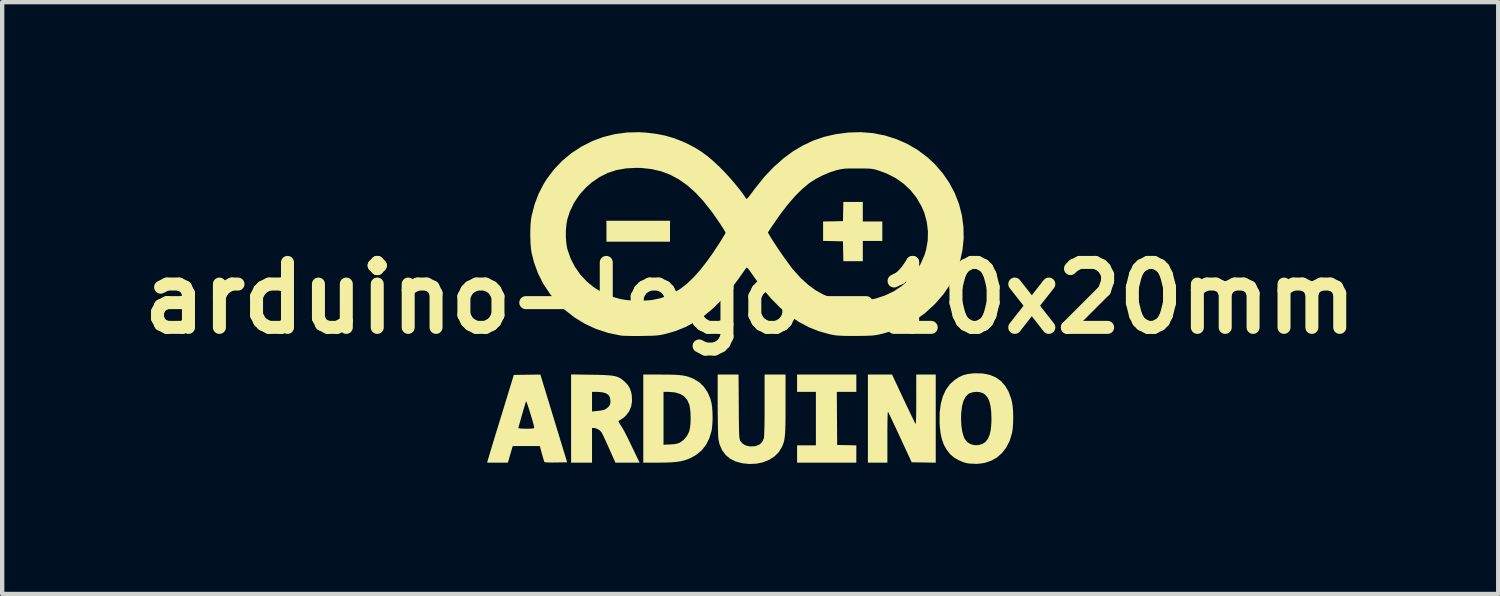
<source format=kicad_pcb>
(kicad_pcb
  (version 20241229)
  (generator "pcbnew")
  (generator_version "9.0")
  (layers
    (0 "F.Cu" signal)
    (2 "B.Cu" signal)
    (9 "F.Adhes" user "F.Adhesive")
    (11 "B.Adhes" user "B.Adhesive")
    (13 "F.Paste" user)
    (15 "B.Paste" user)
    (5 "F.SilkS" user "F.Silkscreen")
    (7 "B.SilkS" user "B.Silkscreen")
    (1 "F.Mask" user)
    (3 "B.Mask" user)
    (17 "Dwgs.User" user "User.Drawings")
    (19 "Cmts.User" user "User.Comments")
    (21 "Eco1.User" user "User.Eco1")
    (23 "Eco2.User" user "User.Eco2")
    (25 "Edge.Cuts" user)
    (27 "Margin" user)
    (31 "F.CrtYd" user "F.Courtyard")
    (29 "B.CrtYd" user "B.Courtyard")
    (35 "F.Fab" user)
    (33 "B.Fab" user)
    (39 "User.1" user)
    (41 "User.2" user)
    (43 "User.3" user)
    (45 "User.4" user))
  (footprint "arduino-logo-10x20mm"
    (layer "F.Cu")
    (at 14.264 3.828)
    (property "Reference" "arduino-logo-10x20mm" (at 0 0 0) (layer "F.SilkS") (effects (font (size 1.5 1.5) (thickness 0.3))))
    (attr board_only exclude_from_pos_files exclude_from_bom)
    (fp_poly (pts (xy -1.85 -1.542) (xy -1.85 -1.3) (xy -2.583 -1.3) (xy -3.317 -1.3) (xy -3.317 -1.542) (xy -3.317 -1.783) (xy -2.583 -1.783) (xy -1.85 -1.783)) (stroke (width 0) (type solid)) (fill yes) (layer "F.SilkS"))
    (fp_poly (pts (xy 2.45 1.967) (xy 2.45 2.167) (xy 2.225 2.167) (xy 2 2.167) (xy 2.004 2.779) (xy 2.008 3.392) (xy 2.229 3.396) (xy 2.45 3.401) (xy 2.45 3.6) (xy 2.45 3.8) (xy 1.767 3.8) (xy 1.083 3.8) (xy 1.083 3.6) (xy 1.083 3.4) (xy 1.3 3.4) (xy 1.517 3.4) (xy 1.517 2.783) (xy 1.517 2.167) (xy 1.3 2.167) (xy 1.083 2.167) (xy 1.083 1.967) (xy 1.083 1.767) (xy 1.767 1.767) (xy 2.45 1.767)) (stroke (width 0) (type solid)) (fill yes) (layer "F.SilkS"))
    (fp_poly (pts (xy 2.6 -1.992) (xy 2.6 -1.767) (xy 2.825 -1.767) (xy 3.05 -1.767) (xy 3.05 -1.542) (xy 3.05 -1.317) (xy 2.825 -1.317) (xy 2.6 -1.317) (xy 2.6 -1.083) (xy 2.6 -0.85) (xy 2.375 -0.85) (xy 2.151 -0.85) (xy 2.146 -1.079) (xy 2.142 -1.308) (xy 1.913 -1.313) (xy 1.683 -1.318) (xy 1.683 -1.542) (xy 1.683 -1.766) (xy 1.913 -1.77) (xy 2.142 -1.775) (xy 2.146 -1.996) (xy 2.151 -2.217) (xy 2.375 -2.217) (xy 2.6 -2.217)) (stroke (width 0) (type solid)) (fill yes) (layer "F.SilkS"))
    (fp_poly (pts (xy 4.283 2.784) (xy 4.283 3.801) (xy 4.006 3.796) (xy 3.728 3.792) (xy 3.46 3.214) (xy 3.4 3.084) (xy 3.343 2.964) (xy 3.293 2.857) (xy 3.25 2.766) (xy 3.215 2.695) (xy 3.192 2.646) (xy 3.18 2.624) (xy 3.179 2.623) (xy 3.176 2.637) (xy 3.174 2.679) (xy 3.171 2.748) (xy 3.169 2.84) (xy 3.168 2.95) (xy 3.167 3.075) (xy 3.167 3.206) (xy 3.167 3.8) (xy 2.942 3.8) (xy 2.717 3.8) (xy 2.717 2.783) (xy 2.717 1.767) (xy 2.996 1.767) (xy 3.275 1.767) (xy 3.541 2.335) (xy 3.601 2.463) (xy 3.658 2.581) (xy 3.708 2.686) (xy 3.751 2.775) (xy 3.785 2.845) (xy 3.809 2.891) (xy 3.82 2.91) (xy 3.82 2.911) (xy 3.823 2.896) (xy 3.826 2.853) (xy 3.829 2.783) (xy 3.831 2.691) (xy 3.832 2.581) (xy 3.833 2.456) (xy 3.833 2.343) (xy 3.833 1.767) (xy 4.058 1.767) (xy 4.283 1.767)) (stroke (width 0) (type solid)) (fill yes) (layer "F.SilkS"))
    (fp_poly (pts (xy -2.054 1.767) (xy -1.896 1.768) (xy -1.766 1.771) (xy -1.659 1.777) (xy -1.57 1.786) (xy -1.495 1.799) (xy -1.428 1.817) (xy -1.364 1.84) (xy -1.306 1.865) (xy -1.178 1.943) (xy -1.07 2.047) (xy -0.983 2.174) (xy -0.919 2.322) (xy -0.892 2.425) (xy -0.878 2.521) (xy -0.87 2.637) (xy -0.867 2.763) (xy -0.871 2.888) (xy -0.881 2.999) (xy -0.893 3.072) (xy -0.945 3.243) (xy -1.02 3.39) (xy -1.118 3.515) (xy -1.241 3.617) (xy -1.353 3.682) (xy -1.435 3.718) (xy -1.517 3.747) (xy -1.605 3.768) (xy -1.705 3.783) (xy -1.822 3.793) (xy -1.962 3.798) (xy -2.127 3.8) (xy -2.467 3.8) (xy -2.467 2.783) (xy -2.467 2.167) (xy -2 2.167) (xy -2 2.777) (xy -2 3.387) (xy -1.846 3.38) (xy -1.753 3.373) (xy -1.685 3.361) (xy -1.632 3.342) (xy -1.624 3.338) (xy -1.533 3.273) (xy -1.458 3.184) (xy -1.408 3.081) (xy -1.405 3.072) (xy -1.388 2.99) (xy -1.377 2.887) (xy -1.374 2.773) (xy -1.377 2.657) (xy -1.387 2.552) (xy -1.404 2.466) (xy -1.406 2.459) (xy -1.453 2.353) (xy -1.523 2.272) (xy -1.617 2.214) (xy -1.733 2.179) (xy -1.874 2.167) (xy -1.878 2.167) (xy -2 2.167) (xy -2.467 2.167) (xy -2.467 1.767)) (stroke (width 0) (type solid)) (fill yes) (layer "F.SilkS"))
    (fp_poly (pts (xy -0.263 2.504) (xy -0.262 2.682) (xy -0.261 2.829) (xy -0.259 2.949) (xy -0.257 3.045) (xy -0.255 3.12) (xy -0.252 3.178) (xy -0.248 3.22) (xy -0.244 3.251) (xy -0.238 3.274) (xy -0.232 3.29) (xy -0.228 3.297) (xy -0.175 3.361) (xy -0.099 3.405) (xy -0.007 3.425) (xy 0.099 3.422) (xy 0.13 3.416) (xy 0.213 3.384) (xy 0.274 3.328) (xy 0.313 3.246) (xy 0.316 3.237) (xy 0.32 3.204) (xy 0.324 3.14) (xy 0.327 3.047) (xy 0.33 2.927) (xy 0.332 2.784) (xy 0.333 2.618) (xy 0.333 2.471) (xy 0.333 1.767) (xy 0.575 1.767) (xy 0.817 1.767) (xy 0.816 2.454) (xy 0.816 2.643) (xy 0.815 2.801) (xy 0.813 2.934) (xy 0.81 3.043) (xy 0.805 3.132) (xy 0.798 3.206) (xy 0.789 3.267) (xy 0.778 3.318) (xy 0.764 3.364) (xy 0.747 3.407) (xy 0.733 3.439) (xy 0.66 3.557) (xy 0.562 3.655) (xy 0.442 3.733) (xy 0.304 3.79) (xy 0.151 3.823) (xy -0.014 3.831) (xy -0.178 3.815) (xy -0.33 3.775) (xy -0.459 3.712) (xy -0.565 3.624) (xy -0.647 3.514) (xy -0.705 3.382) (xy -0.733 3.257) (xy -0.736 3.215) (xy -0.74 3.144) (xy -0.743 3.048) (xy -0.745 2.932) (xy -0.747 2.8) (xy -0.749 2.656) (xy -0.75 2.504) (xy -0.75 2.454) (xy -0.75 1.767) (xy -0.509 1.767) (xy -0.268 1.767)) (stroke (width 0) (type solid)) (fill yes) (layer "F.SilkS"))
    (fp_poly (pts (xy -4.533 2.779) (xy -4.224 3.792) (xy -4.481 3.796) (xy -4.575 3.797) (xy -4.653 3.796) (xy -4.712 3.793) (xy -4.744 3.788) (xy -4.749 3.785) (xy -4.757 3.764) (xy -4.771 3.717) (xy -4.79 3.653) (xy -4.807 3.593) (xy -4.855 3.417) (xy -5.168 3.417) (xy -5.481 3.417) (xy -5.508 3.513) (xy -5.53 3.587) (xy -5.554 3.669) (xy -5.564 3.704) (xy -5.592 3.8) (xy -5.83 3.8) (xy -6.069 3.8) (xy -6.059 3.754) (xy -6.052 3.73) (xy -6.036 3.678) (xy -6.013 3.599) (xy -5.982 3.497) (xy -5.945 3.375) (xy -5.903 3.235) (xy -5.856 3.081) (xy -5.83 2.999) (xy -5.35 2.999) (xy -5.334 3.008) (xy -5.287 3.013) (xy -5.214 3.016) (xy -5.167 3.017) (xy -5.082 3.016) (xy -5.027 3.012) (xy -4.995 3.006) (xy -4.984 2.997) (xy -4.983 2.995) (xy -4.988 2.967) (xy -5 2.917) (xy -5.018 2.851) (xy -5.041 2.773) (xy -5.066 2.689) (xy -5.092 2.606) (xy -5.117 2.528) (xy -5.139 2.462) (xy -5.157 2.412) (xy -5.169 2.386) (xy -5.172 2.383) (xy -5.183 2.414) (xy -5.199 2.469) (xy -5.22 2.54) (xy -5.245 2.622) (xy -5.27 2.709) (xy -5.294 2.795) (xy -5.316 2.873) (xy -5.334 2.937) (xy -5.346 2.981) (xy -5.35 2.999) (xy -5.83 2.999) (xy -5.805 2.916) (xy -5.752 2.742) (xy -5.751 2.742) (xy -5.455 1.775) (xy -5.148 1.771) (xy -4.842 1.767)) (stroke (width 0) (type solid)) (fill yes) (layer "F.SilkS"))
    (fp_poly (pts (xy -3.663 1.771) (xy -3.503 1.773) (xy -3.372 1.778) (xy -3.266 1.784) (xy -3.18 1.793) (xy -3.112 1.806) (xy -3.055 1.824) (xy -3.006 1.847) (xy -2.961 1.877) (xy -2.915 1.914) (xy -2.899 1.929) (xy -2.827 2.003) (xy -2.779 2.081) (xy -2.747 2.172) (xy -2.733 2.241) (xy -2.726 2.378) (xy -2.747 2.506) (xy -2.796 2.62) (xy -2.87 2.717) (xy -2.932 2.77) (xy -2.981 2.803) (xy -3.019 2.827) (xy -3.037 2.837) (xy -3.038 2.853) (xy -3.021 2.887) (xy -2.996 2.926) (xy -2.971 2.963) (xy -2.943 3.008) (xy -2.912 3.064) (xy -2.875 3.134) (xy -2.831 3.221) (xy -2.777 3.331) (xy -2.713 3.465) (xy -2.674 3.546) (xy -2.552 3.8) (xy -2.831 3.8) (xy -3.11 3.8) (xy -3.257 3.471) (xy -3.301 3.371) (xy -3.343 3.28) (xy -3.379 3.203) (xy -3.407 3.144) (xy -3.425 3.109) (xy -3.428 3.103) (xy -3.47 3.058) (xy -3.529 3.021) (xy -3.588 3.001) (xy -3.604 3) (xy -3.65 3) (xy -3.65 3.4) (xy -3.65 3.8) (xy -3.892 3.8) (xy -4.133 3.8) (xy -4.133 2.782) (xy -4.133 2.167) (xy -3.65 2.167) (xy -3.65 2.393) (xy -3.65 2.619) (xy -3.538 2.608) (xy -3.471 2.6) (xy -3.41 2.59) (xy -3.374 2.582) (xy -3.328 2.559) (xy -3.282 2.523) (xy -3.274 2.515) (xy -3.244 2.478) (xy -3.229 2.44) (xy -3.225 2.386) (xy -3.225 2.375) (xy -3.236 2.298) (xy -3.268 2.24) (xy -3.326 2.2) (xy -3.409 2.176) (xy -3.521 2.167) (xy -3.539 2.167) (xy -3.65 2.167) (xy -4.133 2.167) (xy -4.133 1.764)) (stroke (width 0) (type solid)) (fill yes) (layer "F.SilkS"))
    (fp_poly (pts (xy 5.366 1.742) (xy 5.527 1.773) (xy 5.667 1.831) (xy 5.787 1.916) (xy 5.886 2.027) (xy 5.966 2.165) (xy 6.025 2.329) (xy 6.043 2.4) (xy 6.058 2.497) (xy 6.068 2.615) (xy 6.071 2.745) (xy 6.069 2.876) (xy 6.061 2.997) (xy 6.048 3.098) (xy 6.044 3.116) (xy 5.991 3.292) (xy 5.914 3.446) (xy 5.815 3.575) (xy 5.696 3.68) (xy 5.559 3.757) (xy 5.405 3.808) (xy 5.236 3.829) (xy 5.055 3.82) (xy 5.017 3.815) (xy 4.912 3.787) (xy 4.804 3.74) (xy 4.704 3.68) (xy 4.624 3.613) (xy 4.614 3.603) (xy 4.534 3.5) (xy 4.472 3.39) (xy 4.426 3.267) (xy 4.395 3.125) (xy 4.376 2.959) (xy 4.372 2.867) (xy 4.373 2.782) (xy 4.867 2.782) (xy 4.874 2.94) (xy 4.894 3.08) (xy 4.927 3.195) (xy 4.954 3.255) (xy 5.009 3.324) (xy 5.085 3.372) (xy 5.174 3.396) (xy 5.269 3.395) (xy 5.361 3.368) (xy 5.431 3.321) (xy 5.486 3.252) (xy 5.527 3.158) (xy 5.554 3.037) (xy 5.567 2.888) (xy 5.569 2.799) (xy 5.564 2.629) (xy 5.547 2.488) (xy 5.517 2.375) (xy 5.474 2.288) (xy 5.416 2.225) (xy 5.381 2.2) (xy 5.307 2.174) (xy 5.22 2.166) (xy 5.133 2.176) (xy 5.057 2.202) (xy 5.037 2.214) (xy 4.972 2.28) (xy 4.923 2.374) (xy 4.89 2.496) (xy 4.871 2.648) (xy 4.867 2.782) (xy 4.373 2.782) (xy 4.374 2.642) (xy 4.4 2.442) (xy 4.448 2.266) (xy 4.519 2.114) (xy 4.613 1.986) (xy 4.72 1.891) (xy 4.817 1.827) (xy 4.913 1.783) (xy 5.017 1.755) (xy 5.141 1.74) (xy 5.186 1.737)) (stroke (width 0) (type solid)) (fill yes) (layer "F.SilkS"))
    (fp_poly (pts (xy 2.835 -3.805) (xy 3.111 -3.751) (xy 3.377 -3.667) (xy 3.632 -3.554) (xy 3.873 -3.412) (xy 4.097 -3.243) (xy 4.259 -3.092) (xy 4.442 -2.882) (xy 4.597 -2.657) (xy 4.723 -2.418) (xy 4.82 -2.169) (xy 4.886 -1.911) (xy 4.922 -1.647) (xy 4.928 -1.379) (xy 4.901 -1.111) (xy 4.842 -0.843) (xy 4.822 -0.776) (xy 4.729 -0.533) (xy 4.608 -0.303) (xy 4.459 -0.085) (xy 4.278 0.124) (xy 4.234 0.168) (xy 4.033 0.351) (xy 3.819 0.505) (xy 3.59 0.633) (xy 3.343 0.737) (xy 3.074 0.819) (xy 2.967 0.844) (xy 2.913 0.854) (xy 2.856 0.862) (xy 2.791 0.868) (xy 2.711 0.871) (xy 2.611 0.874) (xy 2.487 0.875) (xy 2.417 0.875) (xy 2.285 0.875) (xy 2.18 0.874) (xy 2.097 0.871) (xy 2.029 0.867) (xy 1.972 0.862) (xy 1.918 0.853) (xy 1.862 0.842) (xy 1.833 0.836) (xy 1.587 0.767) (xy 1.351 0.673) (xy 1.125 0.553) (xy 0.907 0.405) (xy 0.696 0.228) (xy 0.491 0.022) (xy 0.289 -0.216) (xy 0.09 -0.485) (xy 0.052 -0.54) (xy 0.000168 -0.615) (xy -0.037 -0.664) (xy -0.062 -0.692) (xy -0.078 -0.702) (xy -0.089 -0.697) (xy -0.09 -0.696) (xy -0.106 -0.674) (xy -0.137 -0.63) (xy -0.179 -0.569) (xy -0.23 -0.498) (xy -0.256 -0.46) (xy -0.453 -0.196) (xy -0.651 0.035) (xy -0.853 0.236) (xy -1.059 0.408) (xy -1.272 0.552) (xy -1.493 0.67) (xy -1.725 0.763) (xy -1.95 0.828) (xy -2.011 0.842) (xy -2.067 0.853) (xy -2.125 0.861) (xy -2.19 0.867) (xy -2.269 0.871) (xy -2.368 0.873) (xy -2.494 0.876) (xy -2.508 0.876) (xy -2.625 0.877) (xy -2.736 0.876) (xy -2.835 0.874) (xy -2.917 0.872) (xy -2.974 0.868) (xy -2.989 0.866) (xy -3.28 0.805) (xy -3.554 0.716) (xy -3.81 0.598) (xy -4.05 0.452) (xy -4.273 0.277) (xy -4.435 0.122) (xy -4.619 -0.093) (xy -4.772 -0.323) (xy -4.897 -0.568) (xy -4.991 -0.828) (xy -5.045 -1.044) (xy -5.06 -1.148) (xy -5.07 -1.274) (xy -5.075 -1.409) (xy -4.254 -1.409) (xy -4.243 -1.265) (xy -4.222 -1.139) (xy -4.218 -1.125) (xy -4.146 -0.915) (xy -4.045 -0.719) (xy -3.919 -0.54) (xy -3.77 -0.38) (xy -3.6 -0.241) (xy -3.412 -0.126) (xy -3.21 -0.037) (xy -2.994 0.024) (xy -2.849 0.048) (xy -2.669 0.062) (xy -2.485 0.062) (xy -2.312 0.051) (xy -2.25 0.042) (xy -2.08 0.007) (xy -1.917 -0.046) (xy -1.761 -0.119) (xy -1.609 -0.213) (xy -1.459 -0.33) (xy -1.31 -0.472) (xy -1.159 -0.64) (xy -1.005 -0.836) (xy -0.845 -1.061) (xy -0.726 -1.243) (xy -0.674 -1.324) (xy -0.63 -1.396) (xy -0.595 -1.453) (xy -0.573 -1.492) (xy -0.567 -1.506) (xy -0.57 -1.514) (xy 0.409 -1.514) (xy 0.448 -1.444) (xy 0.491 -1.372) (xy 0.55 -1.281) (xy 0.619 -1.176) (xy 0.695 -1.064) (xy 0.773 -0.951) (xy 0.849 -0.845) (xy 0.918 -0.751) (xy 0.975 -0.675) (xy 0.997 -0.649) (xy 1.166 -0.462) (xy 1.336 -0.306) (xy 1.508 -0.18) (xy 1.687 -0.08) (xy 1.876 -0.006) (xy 2.072 0.043) (xy 2.173 0.056) (xy 2.297 0.062) (xy 2.435 0.062) (xy 2.576 0.056) (xy 2.712 0.044) (xy 2.833 0.026) (xy 2.902 0.011) (xy 3.122 -0.062) (xy 3.325 -0.161) (xy 3.51 -0.285) (xy 3.674 -0.431) (xy 3.815 -0.597) (xy 3.931 -0.782) (xy 4.02 -0.982) (xy 4.061 -1.116) (xy 4.098 -1.326) (xy 4.103 -1.54) (xy 4.077 -1.753) (xy 4.021 -1.961) (xy 3.959 -2.108) (xy 3.845 -2.307) (xy 3.705 -2.484) (xy 3.542 -2.638) (xy 3.356 -2.769) (xy 3.147 -2.875) (xy 2.958 -2.944) (xy 2.905 -2.96) (xy 2.859 -2.972) (xy 2.814 -2.98) (xy 2.763 -2.985) (xy 2.699 -2.988) (xy 2.617 -2.99) (xy 2.51 -2.99) (xy 2.475 -2.99) (xy 2.358 -2.99) (xy 2.268 -2.989) (xy 2.198 -2.986) (xy 2.14 -2.98) (xy 2.089 -2.972) (xy 2.037 -2.961) (xy 1.977 -2.946) (xy 1.975 -2.945) (xy 1.824 -2.895) (xy 1.664 -2.826) (xy 1.511 -2.746) (xy 1.375 -2.659) (xy 1.358 -2.647) (xy 1.203 -2.517) (xy 1.041 -2.357) (xy 0.876 -2.167) (xy 0.708 -1.95) (xy 0.541 -1.711) (xy 0.409 -1.514) (xy -0.57 -1.514) (xy -0.576 -1.527) (xy -0.601 -1.57) (xy -0.639 -1.63) (xy -0.686 -1.703) (xy -0.74 -1.783) (xy -0.797 -1.865) (xy -0.853 -1.945) (xy -0.903 -2.013) (xy -1.085 -2.242) (xy -1.269 -2.439) (xy -1.457 -2.605) (xy -1.649 -2.74) (xy -1.849 -2.847) (xy -2.058 -2.925) (xy -2.277 -2.976) (xy -2.509 -3.001) (xy -2.625 -3.004) (xy -2.864 -2.992) (xy -3.084 -2.953) (xy -3.288 -2.886) (xy -3.479 -2.79) (xy -3.66 -2.665) (xy -3.789 -2.551) (xy -3.939 -2.386) (xy -4.063 -2.2) (xy -4.16 -2) (xy -4.218 -1.825) (xy -4.241 -1.701) (xy -4.253 -1.559) (xy -4.254 -1.409) (xy -5.075 -1.409) (xy -5.075 -1.413) (xy -5.075 -1.555) (xy -5.069 -1.691) (xy -5.058 -1.812) (xy -5.044 -1.898) (xy -4.976 -2.159) (xy -4.886 -2.399) (xy -4.771 -2.624) (xy -4.693 -2.749) (xy -4.525 -2.971) (xy -4.334 -3.17) (xy -4.123 -3.345) (xy -3.893 -3.495) (xy -3.649 -3.619) (xy -3.391 -3.715) (xy -3.122 -3.782) (xy -2.844 -3.82) (xy -2.56 -3.827) (xy -2.4 -3.817) (xy -2.167 -3.789) (xy -1.956 -3.747) (xy -1.758 -3.689) (xy -1.562 -3.613) (xy -1.425 -3.549) (xy -1.275 -3.47) (xy -1.137 -3.384) (xy -1.004 -3.288) (xy -0.87 -3.177) (xy -0.727 -3.044) (xy -0.666 -2.984) (xy -0.569 -2.884) (xy -0.469 -2.774) (xy -0.369 -2.659) (xy -0.277 -2.546) (xy -0.195 -2.441) (xy -0.129 -2.349) (xy -0.102 -2.306) (xy -0.094 -2.295) (xy -0.086 -2.289) (xy -0.075 -2.292) (xy -0.058 -2.307) (xy -0.032 -2.337) (xy 0.005 -2.385) (xy 0.057 -2.454) (xy 0.123 -2.542) (xy 0.33 -2.799) (xy 0.548 -3.028) (xy 0.775 -3.228) (xy 0.975 -3.376) (xy 1.214 -3.519) (xy 1.458 -3.634) (xy 1.712 -3.721) (xy 1.981 -3.782) (xy 2.264 -3.819) (xy 2.552 -3.828)) (stroke (width 0) (type solid)) (fill yes) (layer "F.SilkS")))
  (gr_rect
    (start -3 -3)
    (end 31.529 10.659)
    (stroke (width 0.1) (type default))
    (fill no)
    (layer "Edge.Cuts")))
</source>
